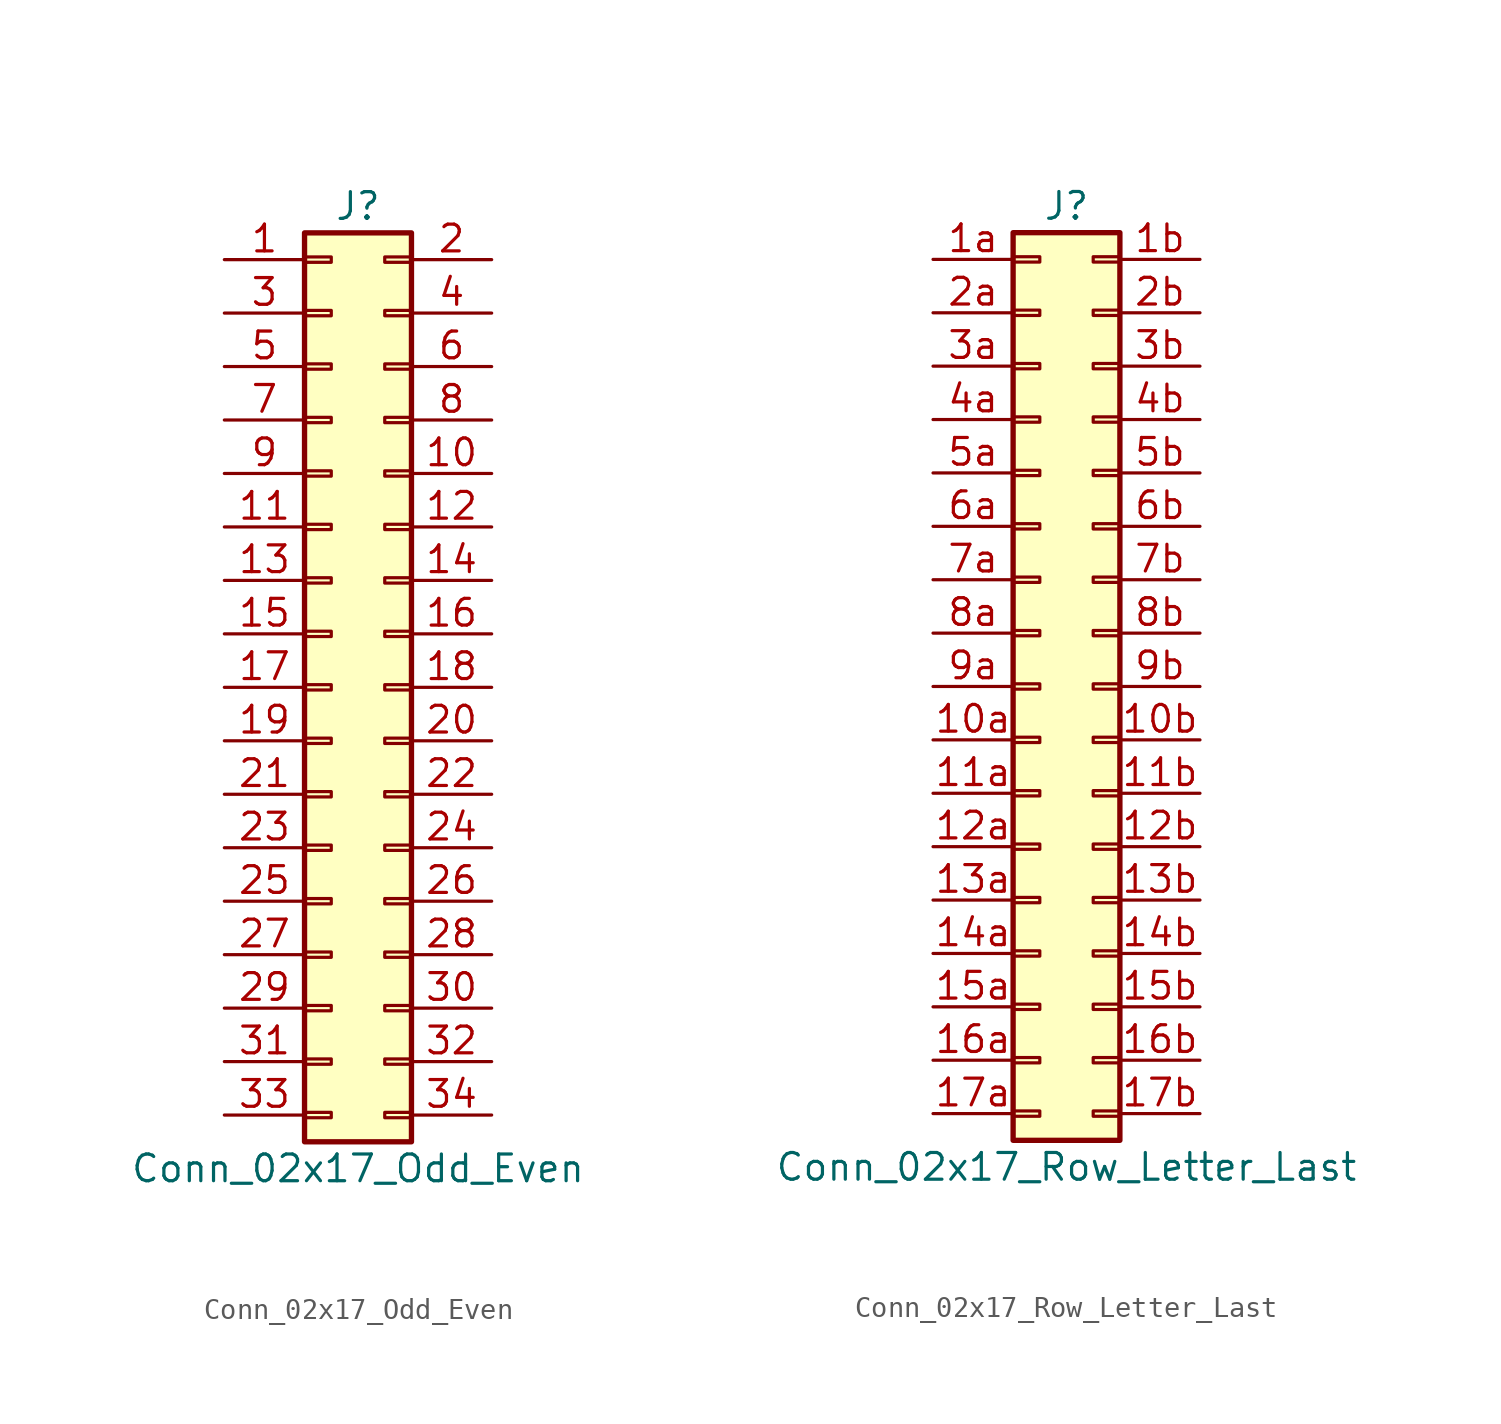
<source format=kicad_sym>
(kicad_symbol_lib
  (version 20201005)
  (generator kicad_symbol_editor)
  (symbol "Connector_Generic:Conn_02x17_Odd_Even"
    (pin_names
      (offset 1.016) hide)
    (property "Reference" "J"
      (at 1.27 22.86 0)
      (effects (font (size 1.27 1.27))))
    (property "Value" "Conn_02x17_Odd_Even"
      (at 1.27 -22.86 0)
      (effects (font (size 1.27 1.27))))
    (symbol "Conn_02x17_Odd_Even_1_1"
      (rectangle (start -1.27 -4.953) (end 0 -5.207) (stroke (width 0.152)) (fill (type none)))
      (rectangle (start -1.27 -7.493) (end 0 -7.747) (stroke (width 0.152)) (fill (type none)))
      (rectangle (start -1.27 -10.033) (end 0 -10.287) (stroke (width 0.152)) (fill (type none)))
      (rectangle (start -1.27 -12.573) (end 0 -12.827) (stroke (width 0.152)) (fill (type none)))
      (rectangle (start -1.27 -15.113) (end 0 -15.367) (stroke (width 0.152)) (fill (type none)))
      (rectangle (start -1.27 -17.653) (end 0 -17.907) (stroke (width 0.152)) (fill (type none)))
      (rectangle (start -1.27 -20.193) (end 0 -20.447) (stroke (width 0.152)) (fill (type none)))
      (rectangle (start -1.27 -2.413) (end 0 -2.667) (stroke (width 0.152)) (fill (type none)))
      (rectangle (start -1.27 2.667) (end 0 2.413) (stroke (width 0.152)) (fill (type none)))
      (rectangle (start -1.27 5.207) (end 0 4.953) (stroke (width 0.152)) (fill (type none)))
      (rectangle (start -1.27 7.747) (end 0 7.493) (stroke (width 0.152)) (fill (type none)))
      (rectangle (start -1.27 10.287) (end 0 10.033) (stroke (width 0.152)) (fill (type none)))
      (rectangle (start -1.27 0.127) (end 0 -0.127) (stroke (width 0.152)) (fill (type none)))
      (rectangle (start -1.27 12.827) (end 0 12.573) (stroke (width 0.152)) (fill (type none)))
      (rectangle (start -1.27 15.367) (end 0 15.113) (stroke (width 0.152)) (fill (type none)))
      (rectangle (start -1.27 17.907) (end 0 17.653) (stroke (width 0.152)) (fill (type none)))
      (rectangle (start -1.27 20.447) (end 0 20.193) (stroke (width 0.152)) (fill (type none)))
      (rectangle (start -1.27 21.59) (end 3.81 -21.59) (stroke (width 0.254)) (fill (type background)))
      (rectangle (start 3.81 -4.953) (end 2.54 -5.207) (stroke (width 0.152)) (fill (type none)))
      (rectangle (start 3.81 -7.493) (end 2.54 -7.747) (stroke (width 0.152)) (fill (type none)))
      (rectangle (start 3.81 -10.033) (end 2.54 -10.287) (stroke (width 0.152)) (fill (type none)))
      (rectangle (start 3.81 -12.573) (end 2.54 -12.827) (stroke (width 0.152)) (fill (type none)))
      (rectangle (start 3.81 -15.113) (end 2.54 -15.367) (stroke (width 0.152)) (fill (type none)))
      (rectangle (start 3.81 -17.653) (end 2.54 -17.907) (stroke (width 0.152)) (fill (type none)))
      (rectangle (start 3.81 -20.193) (end 2.54 -20.447) (stroke (width 0.152)) (fill (type none)))
      (rectangle (start 3.81 -2.413) (end 2.54 -2.667) (stroke (width 0.152)) (fill (type none)))
      (rectangle (start 3.81 2.667) (end 2.54 2.413) (stroke (width 0.152)) (fill (type none)))
      (rectangle (start 3.81 5.207) (end 2.54 4.953) (stroke (width 0.152)) (fill (type none)))
      (rectangle (start 3.81 7.747) (end 2.54 7.493) (stroke (width 0.152)) (fill (type none)))
      (rectangle (start 3.81 10.287) (end 2.54 10.033) (stroke (width 0.152)) (fill (type none)))
      (rectangle (start 3.81 0.127) (end 2.54 -0.127) (stroke (width 0.152)) (fill (type none)))
      (rectangle (start 3.81 12.827) (end 2.54 12.573) (stroke (width 0.152)) (fill (type none)))
      (rectangle (start 3.81 15.367) (end 2.54 15.113) (stroke (width 0.152)) (fill (type none)))
      (rectangle (start 3.81 17.907) (end 2.54 17.653) (stroke (width 0.152)) (fill (type none)))
      (rectangle (start 3.81 20.447) (end 2.54 20.193) (stroke (width 0.152)) (fill (type none)))
      (pin passive line (at -5.08 20.32 0) (length 3.81) (name "Pin_1" (effects (font (size 1.27 1.27)))) (number "1" (effects (font (size 1.27 1.27)))))
      (pin passive line (at 7.62 10.16 180) (length 3.81) (name "Pin_10" (effects (font (size 1.27 1.27)))) (number "10" (effects (font (size 1.27 1.27)))))
      (pin passive line (at -5.08 7.62 0) (length 3.81) (name "Pin_11" (effects (font (size 1.27 1.27)))) (number "11" (effects (font (size 1.27 1.27)))))
      (pin passive line (at 7.62 7.62 180) (length 3.81) (name "Pin_12" (effects (font (size 1.27 1.27)))) (number "12" (effects (font (size 1.27 1.27)))))
      (pin passive line (at -5.08 5.08 0) (length 3.81) (name "Pin_13" (effects (font (size 1.27 1.27)))) (number "13" (effects (font (size 1.27 1.27)))))
      (pin passive line (at 7.62 5.08 180) (length 3.81) (name "Pin_14" (effects (font (size 1.27 1.27)))) (number "14" (effects (font (size 1.27 1.27)))))
      (pin passive line (at -5.08 2.54 0) (length 3.81) (name "Pin_15" (effects (font (size 1.27 1.27)))) (number "15" (effects (font (size 1.27 1.27)))))
      (pin passive line (at 7.62 2.54 180) (length 3.81) (name "Pin_16" (effects (font (size 1.27 1.27)))) (number "16" (effects (font (size 1.27 1.27)))))
      (pin passive line (at -5.08 0 0) (length 3.81) (name "Pin_17" (effects (font (size 1.27 1.27)))) (number "17" (effects (font (size 1.27 1.27)))))
      (pin passive line (at 7.62 0 180) (length 3.81) (name "Pin_18" (effects (font (size 1.27 1.27)))) (number "18" (effects (font (size 1.27 1.27)))))
      (pin passive line (at -5.08 -2.54 0) (length 3.81) (name "Pin_19" (effects (font (size 1.27 1.27)))) (number "19" (effects (font (size 1.27 1.27)))))
      (pin passive line (at 7.62 20.32 180) (length 3.81) (name "Pin_2" (effects (font (size 1.27 1.27)))) (number "2" (effects (font (size 1.27 1.27)))))
      (pin passive line (at 7.62 -2.54 180) (length 3.81) (name "Pin_20" (effects (font (size 1.27 1.27)))) (number "20" (effects (font (size 1.27 1.27)))))
      (pin passive line (at -5.08 -5.08 0) (length 3.81) (name "Pin_21" (effects (font (size 1.27 1.27)))) (number "21" (effects (font (size 1.27 1.27)))))
      (pin passive line (at 7.62 -5.08 180) (length 3.81) (name "Pin_22" (effects (font (size 1.27 1.27)))) (number "22" (effects (font (size 1.27 1.27)))))
      (pin passive line (at -5.08 -7.62 0) (length 3.81) (name "Pin_23" (effects (font (size 1.27 1.27)))) (number "23" (effects (font (size 1.27 1.27)))))
      (pin passive line (at 7.62 -7.62 180) (length 3.81) (name "Pin_24" (effects (font (size 1.27 1.27)))) (number "24" (effects (font (size 1.27 1.27)))))
      (pin passive line (at -5.08 -10.16 0) (length 3.81) (name "Pin_25" (effects (font (size 1.27 1.27)))) (number "25" (effects (font (size 1.27 1.27)))))
      (pin passive line (at 7.62 -10.16 180) (length 3.81) (name "Pin_26" (effects (font (size 1.27 1.27)))) (number "26" (effects (font (size 1.27 1.27)))))
      (pin passive line (at -5.08 -12.7 0) (length 3.81) (name "Pin_27" (effects (font (size 1.27 1.27)))) (number "27" (effects (font (size 1.27 1.27)))))
      (pin passive line (at 7.62 -12.7 180) (length 3.81) (name "Pin_28" (effects (font (size 1.27 1.27)))) (number "28" (effects (font (size 1.27 1.27)))))
      (pin passive line (at -5.08 -15.24 0) (length 3.81) (name "Pin_29" (effects (font (size 1.27 1.27)))) (number "29" (effects (font (size 1.27 1.27)))))
      (pin passive line (at -5.08 17.78 0) (length 3.81) (name "Pin_3" (effects (font (size 1.27 1.27)))) (number "3" (effects (font (size 1.27 1.27)))))
      (pin passive line (at 7.62 -15.24 180) (length 3.81) (name "Pin_30" (effects (font (size 1.27 1.27)))) (number "30" (effects (font (size 1.27 1.27)))))
      (pin passive line (at -5.08 -17.78 0) (length 3.81) (name "Pin_31" (effects (font (size 1.27 1.27)))) (number "31" (effects (font (size 1.27 1.27)))))
      (pin passive line (at 7.62 -17.78 180) (length 3.81) (name "Pin_32" (effects (font (size 1.27 1.27)))) (number "32" (effects (font (size 1.27 1.27)))))
      (pin passive line (at -5.08 -20.32 0) (length 3.81) (name "Pin_33" (effects (font (size 1.27 1.27)))) (number "33" (effects (font (size 1.27 1.27)))))
      (pin passive line (at 7.62 -20.32 180) (length 3.81) (name "Pin_34" (effects (font (size 1.27 1.27)))) (number "34" (effects (font (size 1.27 1.27)))))
      (pin passive line (at 7.62 17.78 180) (length 3.81) (name "Pin_4" (effects (font (size 1.27 1.27)))) (number "4" (effects (font (size 1.27 1.27)))))
      (pin passive line (at -5.08 15.24 0) (length 3.81) (name "Pin_5" (effects (font (size 1.27 1.27)))) (number "5" (effects (font (size 1.27 1.27)))))
      (pin passive line (at 7.62 15.24 180) (length 3.81) (name "Pin_6" (effects (font (size 1.27 1.27)))) (number "6" (effects (font (size 1.27 1.27)))))
      (pin passive line (at -5.08 12.7 0) (length 3.81) (name "Pin_7" (effects (font (size 1.27 1.27)))) (number "7" (effects (font (size 1.27 1.27)))))
      (pin passive line (at 7.62 12.7 180) (length 3.81) (name "Pin_8" (effects (font (size 1.27 1.27)))) (number "8" (effects (font (size 1.27 1.27)))))
      (pin passive line (at -5.08 10.16 0) (length 3.81) (name "Pin_9" (effects (font (size 1.27 1.27)))) (number "9" (effects (font (size 1.27 1.27)))))))
  (symbol "Connector_Generic:Conn_02x17_Row_Letter_Last"
    (pin_names
      (offset 1.016) hide)
    (property "Reference" "J"
      (at 1.27 22.86 0)
      (effects (font (size 1.27 1.27))))
    (property "Value" "Conn_02x17_Row_Letter_Last"
      (at 1.27 -22.86 0)
      (effects (font (size 1.27 1.27))))
    (symbol "Conn_02x17_Row_Letter_Last_1_1"
      (rectangle (start -1.27 -4.953) (end 0 -5.207) (stroke (width 0.152)) (fill (type none)))
      (rectangle (start -1.27 -7.493) (end 0 -7.747) (stroke (width 0.152)) (fill (type none)))
      (rectangle (start -1.27 -10.033) (end 0 -10.287) (stroke (width 0.152)) (fill (type none)))
      (rectangle (start -1.27 -12.573) (end 0 -12.827) (stroke (width 0.152)) (fill (type none)))
      (rectangle (start -1.27 -15.113) (end 0 -15.367) (stroke (width 0.152)) (fill (type none)))
      (rectangle (start -1.27 -17.653) (end 0 -17.907) (stroke (width 0.152)) (fill (type none)))
      (rectangle (start -1.27 -20.193) (end 0 -20.447) (stroke (width 0.152)) (fill (type none)))
      (rectangle (start -1.27 -2.413) (end 0 -2.667) (stroke (width 0.152)) (fill (type none)))
      (rectangle (start -1.27 2.667) (end 0 2.413) (stroke (width 0.152)) (fill (type none)))
      (rectangle (start -1.27 5.207) (end 0 4.953) (stroke (width 0.152)) (fill (type none)))
      (rectangle (start -1.27 7.747) (end 0 7.493) (stroke (width 0.152)) (fill (type none)))
      (rectangle (start -1.27 10.287) (end 0 10.033) (stroke (width 0.152)) (fill (type none)))
      (rectangle (start -1.27 0.127) (end 0 -0.127) (stroke (width 0.152)) (fill (type none)))
      (rectangle (start -1.27 12.827) (end 0 12.573) (stroke (width 0.152)) (fill (type none)))
      (rectangle (start -1.27 15.367) (end 0 15.113) (stroke (width 0.152)) (fill (type none)))
      (rectangle (start -1.27 17.907) (end 0 17.653) (stroke (width 0.152)) (fill (type none)))
      (rectangle (start -1.27 20.447) (end 0 20.193) (stroke (width 0.152)) (fill (type none)))
      (rectangle (start -1.27 21.59) (end 3.81 -21.59) (stroke (width 0.254)) (fill (type background)))
      (rectangle (start 3.81 -4.953) (end 2.54 -5.207) (stroke (width 0.152)) (fill (type none)))
      (rectangle (start 3.81 -7.493) (end 2.54 -7.747) (stroke (width 0.152)) (fill (type none)))
      (rectangle (start 3.81 -10.033) (end 2.54 -10.287) (stroke (width 0.152)) (fill (type none)))
      (rectangle (start 3.81 -12.573) (end 2.54 -12.827) (stroke (width 0.152)) (fill (type none)))
      (rectangle (start 3.81 -15.113) (end 2.54 -15.367) (stroke (width 0.152)) (fill (type none)))
      (rectangle (start 3.81 -17.653) (end 2.54 -17.907) (stroke (width 0.152)) (fill (type none)))
      (rectangle (start 3.81 -20.193) (end 2.54 -20.447) (stroke (width 0.152)) (fill (type none)))
      (rectangle (start 3.81 -2.413) (end 2.54 -2.667) (stroke (width 0.152)) (fill (type none)))
      (rectangle (start 3.81 2.667) (end 2.54 2.413) (stroke (width 0.152)) (fill (type none)))
      (rectangle (start 3.81 5.207) (end 2.54 4.953) (stroke (width 0.152)) (fill (type none)))
      (rectangle (start 3.81 7.747) (end 2.54 7.493) (stroke (width 0.152)) (fill (type none)))
      (rectangle (start 3.81 10.287) (end 2.54 10.033) (stroke (width 0.152)) (fill (type none)))
      (rectangle (start 3.81 0.127) (end 2.54 -0.127) (stroke (width 0.152)) (fill (type none)))
      (rectangle (start 3.81 12.827) (end 2.54 12.573) (stroke (width 0.152)) (fill (type none)))
      (rectangle (start 3.81 15.367) (end 2.54 15.113) (stroke (width 0.152)) (fill (type none)))
      (rectangle (start 3.81 17.907) (end 2.54 17.653) (stroke (width 0.152)) (fill (type none)))
      (rectangle (start 3.81 20.447) (end 2.54 20.193) (stroke (width 0.152)) (fill (type none)))
      (pin passive line (at -5.08 -2.54 0) (length 3.81) (name "Pin_10a" (effects (font (size 1.27 1.27)))) (number "10a" (effects (font (size 1.27 1.27)))))
      (pin passive line (at 7.62 -2.54 180) (length 3.81) (name "Pin_10b" (effects (font (size 1.27 1.27)))) (number "10b" (effects (font (size 1.27 1.27)))))
      (pin passive line (at -5.08 -5.08 0) (length 3.81) (name "Pin_11a" (effects (font (size 1.27 1.27)))) (number "11a" (effects (font (size 1.27 1.27)))))
      (pin passive line (at 7.62 -5.08 180) (length 3.81) (name "Pin_11b" (effects (font (size 1.27 1.27)))) (number "11b" (effects (font (size 1.27 1.27)))))
      (pin passive line (at -5.08 -7.62 0) (length 3.81) (name "Pin_12a" (effects (font (size 1.27 1.27)))) (number "12a" (effects (font (size 1.27 1.27)))))
      (pin passive line (at 7.62 -7.62 180) (length 3.81) (name "Pin_12b" (effects (font (size 1.27 1.27)))) (number "12b" (effects (font (size 1.27 1.27)))))
      (pin passive line (at -5.08 -10.16 0) (length 3.81) (name "Pin_13a" (effects (font (size 1.27 1.27)))) (number "13a" (effects (font (size 1.27 1.27)))))
      (pin passive line (at 7.62 -10.16 180) (length 3.81) (name "Pin_13b" (effects (font (size 1.27 1.27)))) (number "13b" (effects (font (size 1.27 1.27)))))
      (pin passive line (at -5.08 -12.7 0) (length 3.81) (name "Pin_14a" (effects (font (size 1.27 1.27)))) (number "14a" (effects (font (size 1.27 1.27)))))
      (pin passive line (at 7.62 -12.7 180) (length 3.81) (name "Pin_14b" (effects (font (size 1.27 1.27)))) (number "14b" (effects (font (size 1.27 1.27)))))
      (pin passive line (at -5.08 -15.24 0) (length 3.81) (name "Pin_15a" (effects (font (size 1.27 1.27)))) (number "15a" (effects (font (size 1.27 1.27)))))
      (pin passive line (at 7.62 -15.24 180) (length 3.81) (name "Pin_15b" (effects (font (size 1.27 1.27)))) (number "15b" (effects (font (size 1.27 1.27)))))
      (pin passive line (at -5.08 -17.78 0) (length 3.81) (name "Pin_16a" (effects (font (size 1.27 1.27)))) (number "16a" (effects (font (size 1.27 1.27)))))
      (pin passive line (at 7.62 -17.78 180) (length 3.81) (name "Pin_16b" (effects (font (size 1.27 1.27)))) (number "16b" (effects (font (size 1.27 1.27)))))
      (pin passive line (at -5.08 -20.32 0) (length 3.81) (name "Pin_17a" (effects (font (size 1.27 1.27)))) (number "17a" (effects (font (size 1.27 1.27)))))
      (pin passive line (at 7.62 -20.32 180) (length 3.81) (name "Pin_17b" (effects (font (size 1.27 1.27)))) (number "17b" (effects (font (size 1.27 1.27)))))
      (pin passive line (at -5.08 20.32 0) (length 3.81) (name "Pin_1a" (effects (font (size 1.27 1.27)))) (number "1a" (effects (font (size 1.27 1.27)))))
      (pin passive line (at 7.62 20.32 180) (length 3.81) (name "Pin_1b" (effects (font (size 1.27 1.27)))) (number "1b" (effects (font (size 1.27 1.27)))))
      (pin passive line (at -5.08 17.78 0) (length 3.81) (name "Pin_2a" (effects (font (size 1.27 1.27)))) (number "2a" (effects (font (size 1.27 1.27)))))
      (pin passive line (at 7.62 17.78 180) (length 3.81) (name "Pin_2b" (effects (font (size 1.27 1.27)))) (number "2b" (effects (font (size 1.27 1.27)))))
      (pin passive line (at -5.08 15.24 0) (length 3.81) (name "Pin_3a" (effects (font (size 1.27 1.27)))) (number "3a" (effects (font (size 1.27 1.27)))))
      (pin passive line (at 7.62 15.24 180) (length 3.81) (name "Pin_3b" (effects (font (size 1.27 1.27)))) (number "3b" (effects (font (size 1.27 1.27)))))
      (pin passive line (at -5.08 12.7 0) (length 3.81) (name "Pin_4a" (effects (font (size 1.27 1.27)))) (number "4a" (effects (font (size 1.27 1.27)))))
      (pin passive line (at 7.62 12.7 180) (length 3.81) (name "Pin_4b" (effects (font (size 1.27 1.27)))) (number "4b" (effects (font (size 1.27 1.27)))))
      (pin passive line (at -5.08 10.16 0) (length 3.81) (name "Pin_5a" (effects (font (size 1.27 1.27)))) (number "5a" (effects (font (size 1.27 1.27)))))
      (pin passive line (at 7.62 10.16 180) (length 3.81) (name "Pin_5b" (effects (font (size 1.27 1.27)))) (number "5b" (effects (font (size 1.27 1.27)))))
      (pin passive line (at -5.08 7.62 0) (length 3.81) (name "Pin_6a" (effects (font (size 1.27 1.27)))) (number "6a" (effects (font (size 1.27 1.27)))))
      (pin passive line (at 7.62 7.62 180) (length 3.81) (name "Pin_6b" (effects (font (size 1.27 1.27)))) (number "6b" (effects (font (size 1.27 1.27)))))
      (pin passive line (at -5.08 5.08 0) (length 3.81) (name "Pin_7a" (effects (font (size 1.27 1.27)))) (number "7a" (effects (font (size 1.27 1.27)))))
      (pin passive line (at 7.62 5.08 180) (length 3.81) (name "Pin_7b" (effects (font (size 1.27 1.27)))) (number "7b" (effects (font (size 1.27 1.27)))))
      (pin passive line (at -5.08 2.54 0) (length 3.81) (name "Pin_8a" (effects (font (size 1.27 1.27)))) (number "8a" (effects (font (size 1.27 1.27)))))
      (pin passive line (at 7.62 2.54 180) (length 3.81) (name "Pin_8b" (effects (font (size 1.27 1.27)))) (number "8b" (effects (font (size 1.27 1.27)))))
      (pin passive line (at -5.08 0 0) (length 3.81) (name "Pin_9a" (effects (font (size 1.27 1.27)))) (number "9a" (effects (font (size 1.27 1.27)))))
      (pin passive line (at 7.62 0 180) (length 3.81) (name "Pin_9b" (effects (font (size 1.27 1.27)))) (number "9b" (effects (font (size 1.27 1.27))))))))
</source>
